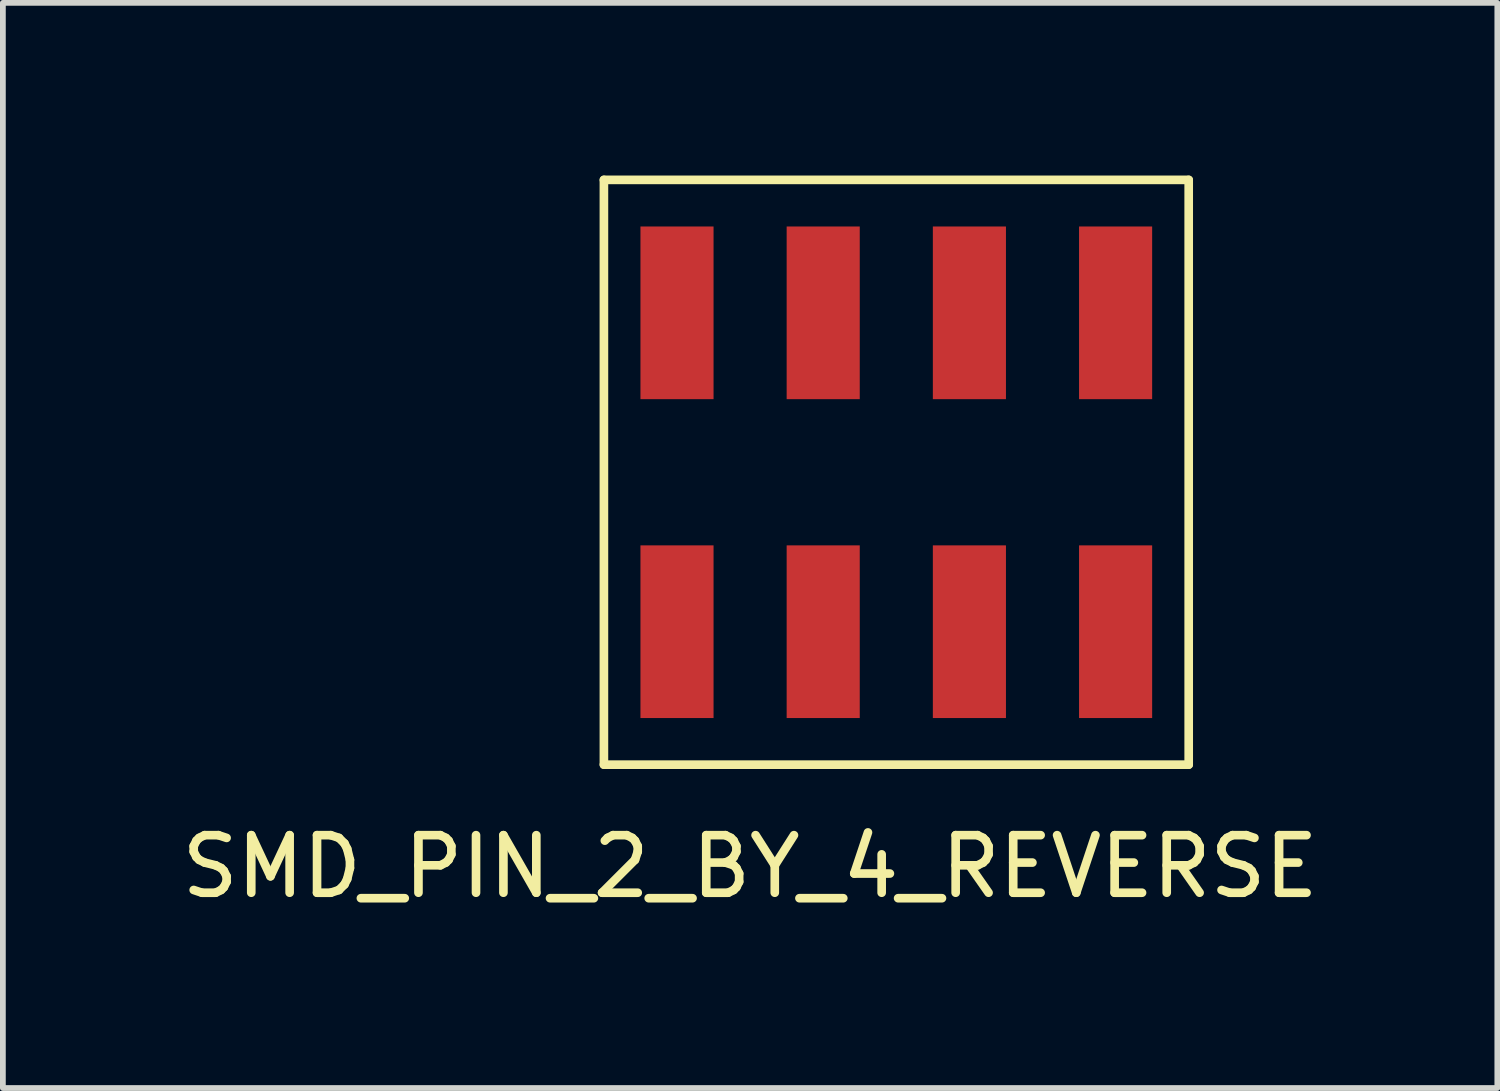
<source format=kicad_pcb>
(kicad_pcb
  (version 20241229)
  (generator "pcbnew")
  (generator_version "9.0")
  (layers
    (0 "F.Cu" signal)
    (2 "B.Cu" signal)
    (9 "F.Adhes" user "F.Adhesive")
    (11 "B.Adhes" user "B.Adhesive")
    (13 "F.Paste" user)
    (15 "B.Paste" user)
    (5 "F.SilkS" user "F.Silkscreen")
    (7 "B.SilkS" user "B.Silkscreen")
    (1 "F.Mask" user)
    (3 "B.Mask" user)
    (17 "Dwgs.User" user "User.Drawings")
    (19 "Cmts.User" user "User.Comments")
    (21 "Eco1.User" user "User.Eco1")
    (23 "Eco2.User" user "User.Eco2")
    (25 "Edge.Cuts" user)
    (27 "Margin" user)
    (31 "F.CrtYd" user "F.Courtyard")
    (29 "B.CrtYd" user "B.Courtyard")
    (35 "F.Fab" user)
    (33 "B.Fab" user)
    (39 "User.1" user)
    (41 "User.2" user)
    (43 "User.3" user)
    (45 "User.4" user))
  (footprint "SMD_PIN_2_BY_4_REVERSE"
    (layer "F.Cu")
    (at 8.712 3.885)
    (property "Reference" "SMD_PIN_2_BY_4_REVERSE" (at 1.27 8.12 0) (layer "F.SilkS") (effects (font (size 1 1) (thickness 0.15))))
    (attr through_hole)
    (fp_line (start -1.27 -3.81) (end 8.89 -3.81) (stroke (width 0.15) (type solid)) (layer "F.SilkS"))
    (fp_line (start -1.27 6.35) (end -1.27 -3.81) (stroke (width 0.15) (type solid)) (layer "F.SilkS"))
    (fp_line (start 8.89 -3.81) (end 8.89 6.35) (stroke (width 0.15) (type solid)) (layer "F.SilkS"))
    (fp_line (start 8.89 6.35) (end -1.27 6.35) (stroke (width 0.15) (type solid)) (layer "F.SilkS"))
    (pad "1" smd rect (at 0 -1.5) (size 1.27 3) (layers "F.Cu" "F.Mask" "F.Paste"))
    (pad "2" smd rect (at 0 4.04) (size 1.27 3) (layers "F.Cu" "F.Mask" "F.Paste"))
    (pad "3" smd rect (at 2.54 -1.5) (size 1.27 3) (layers "F.Cu" "F.Mask" "F.Paste"))
    (pad "4" smd rect (at 2.54 4.04) (size 1.27 3) (layers "F.Cu" "F.Mask" "F.Paste"))
    (pad "5" smd rect (at 5.08 -1.5) (size 1.27 3) (layers "F.Cu" "F.Mask" "F.Paste"))
    (pad "6" smd rect (at 5.08 4.04) (size 1.27 3) (layers "F.Cu" "F.Mask" "F.Paste"))
    (pad "7" smd rect (at 7.62 -1.5) (size 1.27 3) (layers "F.Cu" "F.Mask" "F.Paste"))
    (pad "8" smd rect (at 7.62 4.04) (size 1.27 3) (layers "F.Cu" "F.Mask" "F.Paste")))
  (gr_rect
    (start -3 -3)
    (end 22.964 15.853)
    (stroke (width 0.1) (type default))
    (fill no)
    (layer "Edge.Cuts")))
</source>
